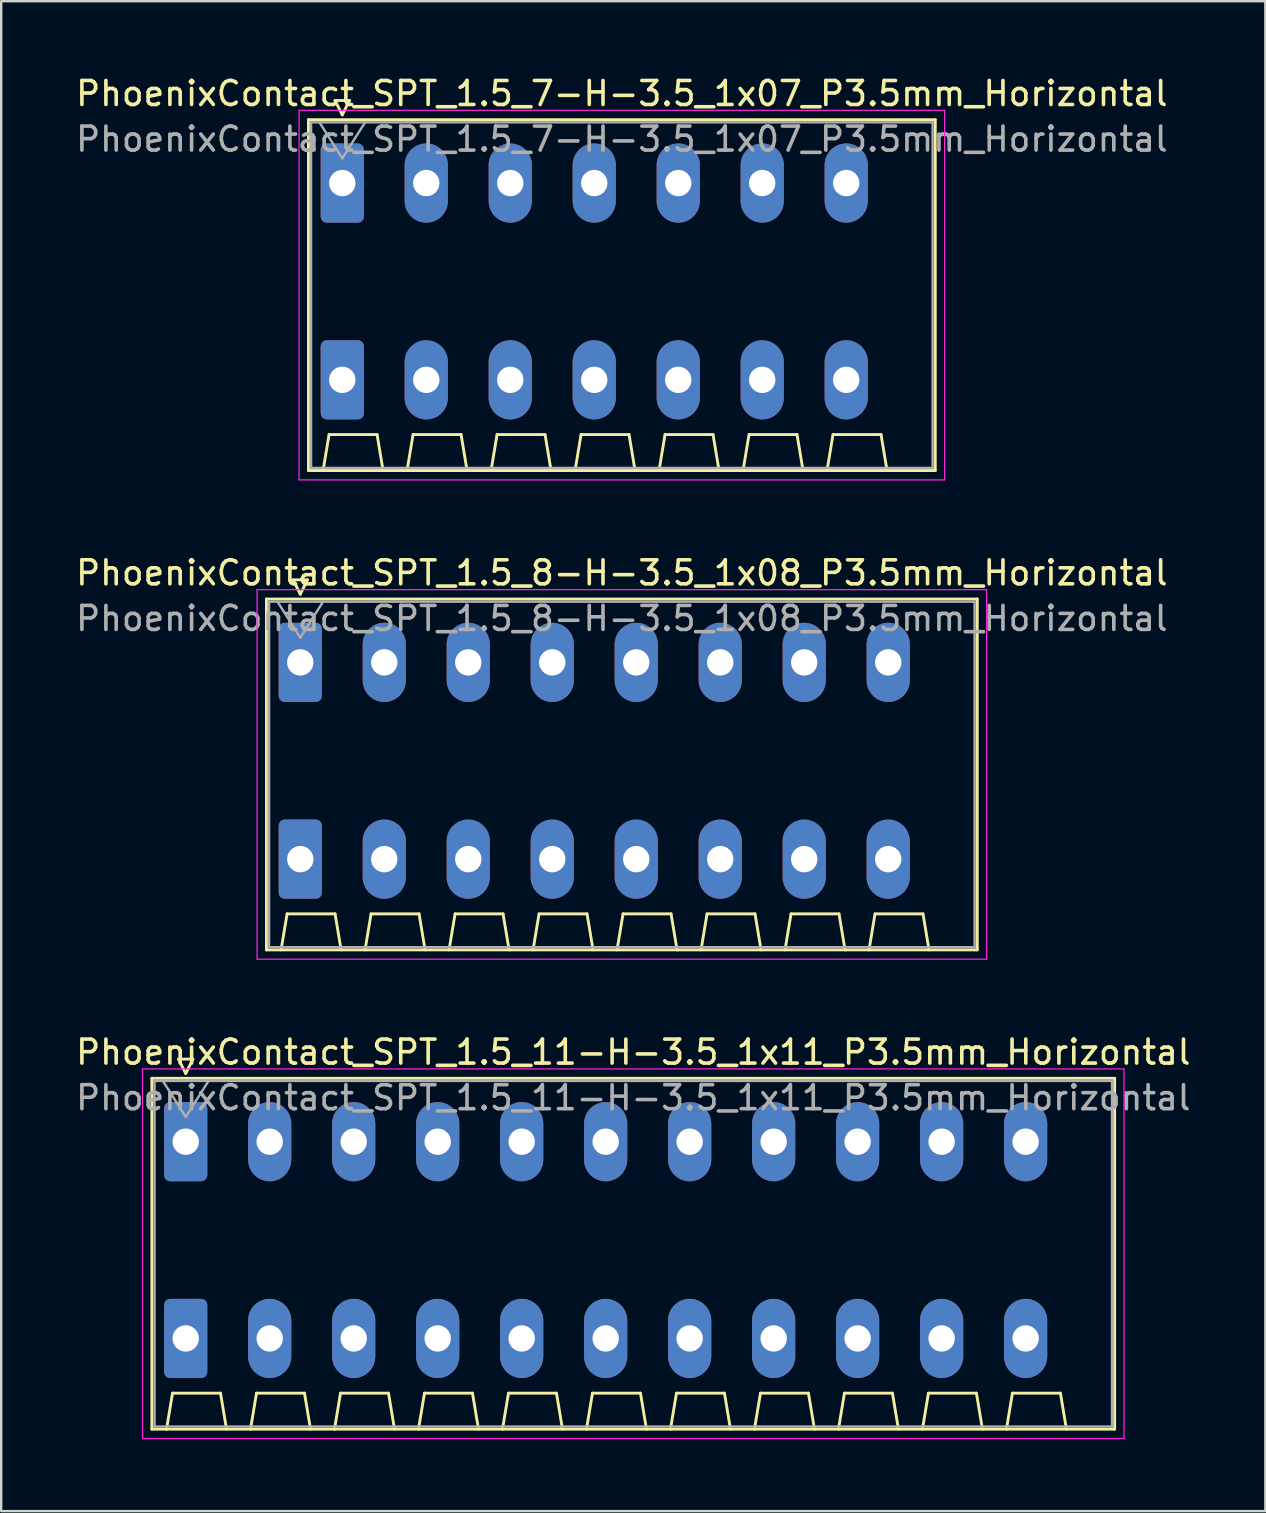
<source format=kicad_pcb>
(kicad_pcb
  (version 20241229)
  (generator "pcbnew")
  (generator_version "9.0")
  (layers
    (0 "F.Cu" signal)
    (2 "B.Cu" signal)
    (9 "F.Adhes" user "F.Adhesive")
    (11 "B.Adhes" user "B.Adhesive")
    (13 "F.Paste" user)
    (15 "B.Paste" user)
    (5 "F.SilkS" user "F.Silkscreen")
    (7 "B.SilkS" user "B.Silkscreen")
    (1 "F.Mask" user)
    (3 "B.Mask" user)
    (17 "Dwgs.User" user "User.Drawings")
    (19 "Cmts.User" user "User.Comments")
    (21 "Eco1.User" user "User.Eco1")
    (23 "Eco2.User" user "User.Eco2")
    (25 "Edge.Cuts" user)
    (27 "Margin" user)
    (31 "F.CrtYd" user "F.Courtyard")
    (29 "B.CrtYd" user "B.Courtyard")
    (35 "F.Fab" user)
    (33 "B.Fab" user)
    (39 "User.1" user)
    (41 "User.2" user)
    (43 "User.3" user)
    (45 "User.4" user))
  (footprint "PhoenixContact_SPT_1.5_11-H-3.5_1x11_P3.5mm_Horizontal"
    (layer "F.Cu")
    (at 4.689 44.525)
    (property "Reference" "PhoenixContact_SPT_1.5_11-H-3.5_1x11_P3.5mm_Horizontal" (at 18.65 -3.73 0) (layer "F.SilkS") (effects (font (size 1 1) (thickness 0.15))))
    (attr through_hole)
    (fp_line (start -1.41 -2.64) (end 38.71 -2.64) (stroke (width 0.12) (type solid)) (layer "F.SilkS"))
    (fp_line (start -1.41 11.98) (end -1.41 -2.64) (stroke (width 0.12) (type solid)) (layer "F.SilkS"))
    (fp_line (start -0.8 11.98) (end -0.55 10.48) (stroke (width 0.12) (type solid)) (layer "F.SilkS"))
    (fp_line (start -0.55 10.48) (end 1.45 10.48) (stroke (width 0.12) (type solid)) (layer "F.SilkS"))
    (fp_line (start -0.3 -3.44) (end 0 -2.84) (stroke (width 0.12) (type solid)) (layer "F.SilkS"))
    (fp_line (start -0.3 -3.44) (end 0.3 -3.44) (stroke (width 0.12) (type solid)) (layer "F.SilkS"))
    (fp_line (start 0.3 -3.44) (end 0 -2.84) (stroke (width 0.12) (type solid)) (layer "F.SilkS"))
    (fp_line (start 1.7 11.98) (end 1.45 10.48) (stroke (width 0.12) (type solid)) (layer "F.SilkS"))
    (fp_line (start 2.7 11.98) (end 2.95 10.48) (stroke (width 0.12) (type solid)) (layer "F.SilkS"))
    (fp_line (start 2.95 10.48) (end 4.95 10.48) (stroke (width 0.12) (type solid)) (layer "F.SilkS"))
    (fp_line (start 5.2 11.98) (end 4.95 10.48) (stroke (width 0.12) (type solid)) (layer "F.SilkS"))
    (fp_line (start 6.2 11.98) (end 6.45 10.48) (stroke (width 0.12) (type solid)) (layer "F.SilkS"))
    (fp_line (start 6.45 10.48) (end 8.45 10.48) (stroke (width 0.12) (type solid)) (layer "F.SilkS"))
    (fp_line (start 8.7 11.98) (end 8.45 10.48) (stroke (width 0.12) (type solid)) (layer "F.SilkS"))
    (fp_line (start 9.7 11.98) (end 9.95 10.48) (stroke (width 0.12) (type solid)) (layer "F.SilkS"))
    (fp_line (start 9.95 10.48) (end 11.95 10.48) (stroke (width 0.12) (type solid)) (layer "F.SilkS"))
    (fp_line (start 12.2 11.98) (end 11.95 10.48) (stroke (width 0.12) (type solid)) (layer "F.SilkS"))
    (fp_line (start 13.2 11.98) (end 13.45 10.48) (stroke (width 0.12) (type solid)) (layer "F.SilkS"))
    (fp_line (start 13.45 10.48) (end 15.45 10.48) (stroke (width 0.12) (type solid)) (layer "F.SilkS"))
    (fp_line (start 15.7 11.98) (end 15.45 10.48) (stroke (width 0.12) (type solid)) (layer "F.SilkS"))
    (fp_line (start 16.7 11.98) (end 16.95 10.48) (stroke (width 0.12) (type solid)) (layer "F.SilkS"))
    (fp_line (start 16.95 10.48) (end 18.95 10.48) (stroke (width 0.12) (type solid)) (layer "F.SilkS"))
    (fp_line (start 19.2 11.98) (end 18.95 10.48) (stroke (width 0.12) (type solid)) (layer "F.SilkS"))
    (fp_line (start 20.2 11.98) (end 20.45 10.48) (stroke (width 0.12) (type solid)) (layer "F.SilkS"))
    (fp_line (start 20.45 10.48) (end 22.45 10.48) (stroke (width 0.12) (type solid)) (layer "F.SilkS"))
    (fp_line (start 22.7 11.98) (end 22.45 10.48) (stroke (width 0.12) (type solid)) (layer "F.SilkS"))
    (fp_line (start 23.7 11.98) (end 23.95 10.48) (stroke (width 0.12) (type solid)) (layer "F.SilkS"))
    (fp_line (start 23.95 10.48) (end 25.95 10.48) (stroke (width 0.12) (type solid)) (layer "F.SilkS"))
    (fp_line (start 26.2 11.98) (end 25.95 10.48) (stroke (width 0.12) (type solid)) (layer "F.SilkS"))
    (fp_line (start 27.2 11.98) (end 27.45 10.48) (stroke (width 0.12) (type solid)) (layer "F.SilkS"))
    (fp_line (start 27.45 10.48) (end 29.45 10.48) (stroke (width 0.12) (type solid)) (layer "F.SilkS"))
    (fp_line (start 29.7 11.98) (end 29.45 10.48) (stroke (width 0.12) (type solid)) (layer "F.SilkS"))
    (fp_line (start 30.7 11.98) (end 30.95 10.48) (stroke (width 0.12) (type solid)) (layer "F.SilkS"))
    (fp_line (start 30.95 10.48) (end 32.95 10.48) (stroke (width 0.12) (type solid)) (layer "F.SilkS"))
    (fp_line (start 33.2 11.98) (end 32.95 10.48) (stroke (width 0.12) (type solid)) (layer "F.SilkS"))
    (fp_line (start 34.2 11.98) (end 34.45 10.48) (stroke (width 0.12) (type solid)) (layer "F.SilkS"))
    (fp_line (start 34.45 10.48) (end 36.45 10.48) (stroke (width 0.12) (type solid)) (layer "F.SilkS"))
    (fp_line (start 36.7 11.98) (end 36.45 10.48) (stroke (width 0.12) (type solid)) (layer "F.SilkS"))
    (fp_line (start 38.71 -2.64) (end 38.71 11.98) (stroke (width 0.12) (type solid)) (layer "F.SilkS"))
    (fp_line (start 38.71 11.98) (end -1.41 11.98) (stroke (width 0.12) (type solid)) (layer "F.SilkS"))
    (fp_line (start -1.8 -3.03) (end -1.8 12.37) (stroke (width 0.05) (type solid)) (layer "F.CrtYd"))
    (fp_line (start -1.8 12.37) (end 39.1 12.37) (stroke (width 0.05) (type solid)) (layer "F.CrtYd"))
    (fp_line (start 39.1 -3.03) (end -1.8 -3.03) (stroke (width 0.05) (type solid)) (layer "F.CrtYd"))
    (fp_line (start 39.1 12.37) (end 39.1 -3.03) (stroke (width 0.05) (type solid)) (layer "F.CrtYd"))
    (fp_line (start -1.3 -2.53) (end -1.3 11.87) (stroke (width 0.1) (type solid)) (layer "F.Fab"))
    (fp_line (start -1.3 11.87) (end 38.6 11.87) (stroke (width 0.1) (type solid)) (layer "F.Fab"))
    (fp_line (start -0.95 -2.53) (end 0 -1.03) (stroke (width 0.1) (type solid)) (layer "F.Fab"))
    (fp_line (start 0.95 -2.53) (end 0 -1.03) (stroke (width 0.1) (type solid)) (layer "F.Fab"))
    (fp_line (start 38.6 -2.53) (end -1.3 -2.53) (stroke (width 0.1) (type solid)) (layer "F.Fab"))
    (fp_line (start 38.6 11.87) (end 38.6 -2.53) (stroke (width 0.1) (type solid)) (layer "F.Fab"))
    (fp_text user "${REFERENCE}" (at 18.65 -1.83 0) (layer "F.Fab") (effects (font (size 1 1) (thickness 0.15))))
    (pad "1" thru_hole roundrect (at 0 0) (size 1.8 3.3) (drill 1.1) (layers "*.Cu" "*.Mask") (roundrect_rratio 0.139))
    (pad "1" thru_hole roundrect (at 0 8.2) (size 1.8 3.3) (drill 1.1) (layers "*.Cu" "*.Mask") (roundrect_rratio 0.139))
    (pad "2" thru_hole oval (at 3.5 0) (size 1.8 3.3) (drill 1.1) (layers "*.Cu" "*.Mask"))
    (pad "2" thru_hole oval (at 3.5 8.2) (size 1.8 3.3) (drill 1.1) (layers "*.Cu" "*.Mask"))
    (pad "3" thru_hole oval (at 7 0) (size 1.8 3.3) (drill 1.1) (layers "*.Cu" "*.Mask"))
    (pad "3" thru_hole oval (at 7 8.2) (size 1.8 3.3) (drill 1.1) (layers "*.Cu" "*.Mask"))
    (pad "4" thru_hole oval (at 10.5 0) (size 1.8 3.3) (drill 1.1) (layers "*.Cu" "*.Mask"))
    (pad "4" thru_hole oval (at 10.5 8.2) (size 1.8 3.3) (drill 1.1) (layers "*.Cu" "*.Mask"))
    (pad "5" thru_hole oval (at 14 0) (size 1.8 3.3) (drill 1.1) (layers "*.Cu" "*.Mask"))
    (pad "5" thru_hole oval (at 14 8.2) (size 1.8 3.3) (drill 1.1) (layers "*.Cu" "*.Mask"))
    (pad "6" thru_hole oval (at 17.5 0) (size 1.8 3.3) (drill 1.1) (layers "*.Cu" "*.Mask"))
    (pad "6" thru_hole oval (at 17.5 8.2) (size 1.8 3.3) (drill 1.1) (layers "*.Cu" "*.Mask"))
    (pad "7" thru_hole oval (at 21 0) (size 1.8 3.3) (drill 1.1) (layers "*.Cu" "*.Mask"))
    (pad "7" thru_hole oval (at 21 8.2) (size 1.8 3.3) (drill 1.1) (layers "*.Cu" "*.Mask"))
    (pad "8" thru_hole oval (at 24.5 0) (size 1.8 3.3) (drill 1.1) (layers "*.Cu" "*.Mask"))
    (pad "8" thru_hole oval (at 24.5 8.2) (size 1.8 3.3) (drill 1.1) (layers "*.Cu" "*.Mask"))
    (pad "9" thru_hole oval (at 28 0) (size 1.8 3.3) (drill 1.1) (layers "*.Cu" "*.Mask"))
    (pad "9" thru_hole oval (at 28 8.2) (size 1.8 3.3) (drill 1.1) (layers "*.Cu" "*.Mask"))
    (pad "10" thru_hole oval (at 31.5 0) (size 1.8 3.3) (drill 1.1) (layers "*.Cu" "*.Mask"))
    (pad "10" thru_hole oval (at 31.5 8.2) (size 1.8 3.3) (drill 1.1) (layers "*.Cu" "*.Mask"))
    (pad "11" thru_hole oval (at 35 0) (size 1.8 3.3) (drill 1.1) (layers "*.Cu" "*.Mask"))
    (pad "11" thru_hole oval (at 35 8.2) (size 1.8 3.3) (drill 1.1) (layers "*.Cu" "*.Mask")))
  (footprint "PhoenixContact_SPT_1.5_7-H-3.5_1x07_P3.5mm_Horizontal"
    (layer "F.Cu")
    (at 11.213 4.578)
    (property "Reference" "PhoenixContact_SPT_1.5_7-H-3.5_1x07_P3.5mm_Horizontal" (at 11.65 -3.73 0) (layer "F.SilkS") (effects (font (size 1 1) (thickness 0.15))))
    (attr through_hole)
    (fp_line (start -1.41 -2.64) (end 24.71 -2.64) (stroke (width 0.12) (type solid)) (layer "F.SilkS"))
    (fp_line (start -1.41 11.98) (end -1.41 -2.64) (stroke (width 0.12) (type solid)) (layer "F.SilkS"))
    (fp_line (start -0.8 11.98) (end -0.55 10.48) (stroke (width 0.12) (type solid)) (layer "F.SilkS"))
    (fp_line (start -0.55 10.48) (end 1.45 10.48) (stroke (width 0.12) (type solid)) (layer "F.SilkS"))
    (fp_line (start -0.3 -3.44) (end 0 -2.84) (stroke (width 0.12) (type solid)) (layer "F.SilkS"))
    (fp_line (start -0.3 -3.44) (end 0.3 -3.44) (stroke (width 0.12) (type solid)) (layer "F.SilkS"))
    (fp_line (start 0.3 -3.44) (end 0 -2.84) (stroke (width 0.12) (type solid)) (layer "F.SilkS"))
    (fp_line (start 1.7 11.98) (end 1.45 10.48) (stroke (width 0.12) (type solid)) (layer "F.SilkS"))
    (fp_line (start 2.7 11.98) (end 2.95 10.48) (stroke (width 0.12) (type solid)) (layer "F.SilkS"))
    (fp_line (start 2.95 10.48) (end 4.95 10.48) (stroke (width 0.12) (type solid)) (layer "F.SilkS"))
    (fp_line (start 5.2 11.98) (end 4.95 10.48) (stroke (width 0.12) (type solid)) (layer "F.SilkS"))
    (fp_line (start 6.2 11.98) (end 6.45 10.48) (stroke (width 0.12) (type solid)) (layer "F.SilkS"))
    (fp_line (start 6.45 10.48) (end 8.45 10.48) (stroke (width 0.12) (type solid)) (layer "F.SilkS"))
    (fp_line (start 8.7 11.98) (end 8.45 10.48) (stroke (width 0.12) (type solid)) (layer "F.SilkS"))
    (fp_line (start 9.7 11.98) (end 9.95 10.48) (stroke (width 0.12) (type solid)) (layer "F.SilkS"))
    (fp_line (start 9.95 10.48) (end 11.95 10.48) (stroke (width 0.12) (type solid)) (layer "F.SilkS"))
    (fp_line (start 12.2 11.98) (end 11.95 10.48) (stroke (width 0.12) (type solid)) (layer "F.SilkS"))
    (fp_line (start 13.2 11.98) (end 13.45 10.48) (stroke (width 0.12) (type solid)) (layer "F.SilkS"))
    (fp_line (start 13.45 10.48) (end 15.45 10.48) (stroke (width 0.12) (type solid)) (layer "F.SilkS"))
    (fp_line (start 15.7 11.98) (end 15.45 10.48) (stroke (width 0.12) (type solid)) (layer "F.SilkS"))
    (fp_line (start 16.7 11.98) (end 16.95 10.48) (stroke (width 0.12) (type solid)) (layer "F.SilkS"))
    (fp_line (start 16.95 10.48) (end 18.95 10.48) (stroke (width 0.12) (type solid)) (layer "F.SilkS"))
    (fp_line (start 19.2 11.98) (end 18.95 10.48) (stroke (width 0.12) (type solid)) (layer "F.SilkS"))
    (fp_line (start 20.2 11.98) (end 20.45 10.48) (stroke (width 0.12) (type solid)) (layer "F.SilkS"))
    (fp_line (start 20.45 10.48) (end 22.45 10.48) (stroke (width 0.12) (type solid)) (layer "F.SilkS"))
    (fp_line (start 22.7 11.98) (end 22.45 10.48) (stroke (width 0.12) (type solid)) (layer "F.SilkS"))
    (fp_line (start 24.71 -2.64) (end 24.71 11.98) (stroke (width 0.12) (type solid)) (layer "F.SilkS"))
    (fp_line (start 24.71 11.98) (end -1.41 11.98) (stroke (width 0.12) (type solid)) (layer "F.SilkS"))
    (fp_line (start -1.8 -3.03) (end -1.8 12.37) (stroke (width 0.05) (type solid)) (layer "F.CrtYd"))
    (fp_line (start -1.8 12.37) (end 25.1 12.37) (stroke (width 0.05) (type solid)) (layer "F.CrtYd"))
    (fp_line (start 25.1 -3.03) (end -1.8 -3.03) (stroke (width 0.05) (type solid)) (layer "F.CrtYd"))
    (fp_line (start 25.1 12.37) (end 25.1 -3.03) (stroke (width 0.05) (type solid)) (layer "F.CrtYd"))
    (fp_line (start -1.3 -2.53) (end -1.3 11.87) (stroke (width 0.1) (type solid)) (layer "F.Fab"))
    (fp_line (start -1.3 11.87) (end 24.6 11.87) (stroke (width 0.1) (type solid)) (layer "F.Fab"))
    (fp_line (start -0.95 -2.53) (end 0 -1.03) (stroke (width 0.1) (type solid)) (layer "F.Fab"))
    (fp_line (start 0.95 -2.53) (end 0 -1.03) (stroke (width 0.1) (type solid)) (layer "F.Fab"))
    (fp_line (start 24.6 -2.53) (end -1.3 -2.53) (stroke (width 0.1) (type solid)) (layer "F.Fab"))
    (fp_line (start 24.6 11.87) (end 24.6 -2.53) (stroke (width 0.1) (type solid)) (layer "F.Fab"))
    (fp_text user "${REFERENCE}" (at 11.65 -1.83 0) (layer "F.Fab") (effects (font (size 1 1) (thickness 0.15))))
    (pad "1" thru_hole roundrect (at 0 0) (size 1.8 3.3) (drill 1.1) (layers "*.Cu" "*.Mask") (roundrect_rratio 0.139))
    (pad "1" thru_hole roundrect (at 0 8.2) (size 1.8 3.3) (drill 1.1) (layers "*.Cu" "*.Mask") (roundrect_rratio 0.139))
    (pad "2" thru_hole oval (at 3.5 0) (size 1.8 3.3) (drill 1.1) (layers "*.Cu" "*.Mask"))
    (pad "2" thru_hole oval (at 3.5 8.2) (size 1.8 3.3) (drill 1.1) (layers "*.Cu" "*.Mask"))
    (pad "3" thru_hole oval (at 7 0) (size 1.8 3.3) (drill 1.1) (layers "*.Cu" "*.Mask"))
    (pad "3" thru_hole oval (at 7 8.2) (size 1.8 3.3) (drill 1.1) (layers "*.Cu" "*.Mask"))
    (pad "4" thru_hole oval (at 10.5 0) (size 1.8 3.3) (drill 1.1) (layers "*.Cu" "*.Mask"))
    (pad "4" thru_hole oval (at 10.5 8.2) (size 1.8 3.3) (drill 1.1) (layers "*.Cu" "*.Mask"))
    (pad "5" thru_hole oval (at 14 0) (size 1.8 3.3) (drill 1.1) (layers "*.Cu" "*.Mask"))
    (pad "5" thru_hole oval (at 14 8.2) (size 1.8 3.3) (drill 1.1) (layers "*.Cu" "*.Mask"))
    (pad "6" thru_hole oval (at 17.5 0) (size 1.8 3.3) (drill 1.1) (layers "*.Cu" "*.Mask"))
    (pad "6" thru_hole oval (at 17.5 8.2) (size 1.8 3.3) (drill 1.1) (layers "*.Cu" "*.Mask"))
    (pad "7" thru_hole oval (at 21 0) (size 1.8 3.3) (drill 1.1) (layers "*.Cu" "*.Mask"))
    (pad "7" thru_hole oval (at 21 8.2) (size 1.8 3.3) (drill 1.1) (layers "*.Cu" "*.Mask")))
  (footprint "PhoenixContact_SPT_1.5_8-H-3.5_1x08_P3.5mm_Horizontal"
    (layer "F.Cu")
    (at 9.463 24.552)
    (property "Reference" "PhoenixContact_SPT_1.5_8-H-3.5_1x08_P3.5mm_Horizontal" (at 13.4 -3.73 0) (layer "F.SilkS") (effects (font (size 1 1) (thickness 0.15))))
    (attr through_hole)
    (fp_line (start -1.41 -2.64) (end 28.21 -2.64) (stroke (width 0.12) (type solid)) (layer "F.SilkS"))
    (fp_line (start -1.41 11.98) (end -1.41 -2.64) (stroke (width 0.12) (type solid)) (layer "F.SilkS"))
    (fp_line (start -0.8 11.98) (end -0.55 10.48) (stroke (width 0.12) (type solid)) (layer "F.SilkS"))
    (fp_line (start -0.55 10.48) (end 1.45 10.48) (stroke (width 0.12) (type solid)) (layer "F.SilkS"))
    (fp_line (start -0.3 -3.44) (end 0 -2.84) (stroke (width 0.12) (type solid)) (layer "F.SilkS"))
    (fp_line (start -0.3 -3.44) (end 0.3 -3.44) (stroke (width 0.12) (type solid)) (layer "F.SilkS"))
    (fp_line (start 0.3 -3.44) (end 0 -2.84) (stroke (width 0.12) (type solid)) (layer "F.SilkS"))
    (fp_line (start 1.7 11.98) (end 1.45 10.48) (stroke (width 0.12) (type solid)) (layer "F.SilkS"))
    (fp_line (start 2.7 11.98) (end 2.95 10.48) (stroke (width 0.12) (type solid)) (layer "F.SilkS"))
    (fp_line (start 2.95 10.48) (end 4.95 10.48) (stroke (width 0.12) (type solid)) (layer "F.SilkS"))
    (fp_line (start 5.2 11.98) (end 4.95 10.48) (stroke (width 0.12) (type solid)) (layer "F.SilkS"))
    (fp_line (start 6.2 11.98) (end 6.45 10.48) (stroke (width 0.12) (type solid)) (layer "F.SilkS"))
    (fp_line (start 6.45 10.48) (end 8.45 10.48) (stroke (width 0.12) (type solid)) (layer "F.SilkS"))
    (fp_line (start 8.7 11.98) (end 8.45 10.48) (stroke (width 0.12) (type solid)) (layer "F.SilkS"))
    (fp_line (start 9.7 11.98) (end 9.95 10.48) (stroke (width 0.12) (type solid)) (layer "F.SilkS"))
    (fp_line (start 9.95 10.48) (end 11.95 10.48) (stroke (width 0.12) (type solid)) (layer "F.SilkS"))
    (fp_line (start 12.2 11.98) (end 11.95 10.48) (stroke (width 0.12) (type solid)) (layer "F.SilkS"))
    (fp_line (start 13.2 11.98) (end 13.45 10.48) (stroke (width 0.12) (type solid)) (layer "F.SilkS"))
    (fp_line (start 13.45 10.48) (end 15.45 10.48) (stroke (width 0.12) (type solid)) (layer "F.SilkS"))
    (fp_line (start 15.7 11.98) (end 15.45 10.48) (stroke (width 0.12) (type solid)) (layer "F.SilkS"))
    (fp_line (start 16.7 11.98) (end 16.95 10.48) (stroke (width 0.12) (type solid)) (layer "F.SilkS"))
    (fp_line (start 16.95 10.48) (end 18.95 10.48) (stroke (width 0.12) (type solid)) (layer "F.SilkS"))
    (fp_line (start 19.2 11.98) (end 18.95 10.48) (stroke (width 0.12) (type solid)) (layer "F.SilkS"))
    (fp_line (start 20.2 11.98) (end 20.45 10.48) (stroke (width 0.12) (type solid)) (layer "F.SilkS"))
    (fp_line (start 20.45 10.48) (end 22.45 10.48) (stroke (width 0.12) (type solid)) (layer "F.SilkS"))
    (fp_line (start 22.7 11.98) (end 22.45 10.48) (stroke (width 0.12) (type solid)) (layer "F.SilkS"))
    (fp_line (start 23.7 11.98) (end 23.95 10.48) (stroke (width 0.12) (type solid)) (layer "F.SilkS"))
    (fp_line (start 23.95 10.48) (end 25.95 10.48) (stroke (width 0.12) (type solid)) (layer "F.SilkS"))
    (fp_line (start 26.2 11.98) (end 25.95 10.48) (stroke (width 0.12) (type solid)) (layer "F.SilkS"))
    (fp_line (start 28.21 -2.64) (end 28.21 11.98) (stroke (width 0.12) (type solid)) (layer "F.SilkS"))
    (fp_line (start 28.21 11.98) (end -1.41 11.98) (stroke (width 0.12) (type solid)) (layer "F.SilkS"))
    (fp_line (start -1.8 -3.03) (end -1.8 12.37) (stroke (width 0.05) (type solid)) (layer "F.CrtYd"))
    (fp_line (start -1.8 12.37) (end 28.6 12.37) (stroke (width 0.05) (type solid)) (layer "F.CrtYd"))
    (fp_line (start 28.6 -3.03) (end -1.8 -3.03) (stroke (width 0.05) (type solid)) (layer "F.CrtYd"))
    (fp_line (start 28.6 12.37) (end 28.6 -3.03) (stroke (width 0.05) (type solid)) (layer "F.CrtYd"))
    (fp_line (start -1.3 -2.53) (end -1.3 11.87) (stroke (width 0.1) (type solid)) (layer "F.Fab"))
    (fp_line (start -1.3 11.87) (end 28.1 11.87) (stroke (width 0.1) (type solid)) (layer "F.Fab"))
    (fp_line (start -0.95 -2.53) (end 0 -1.03) (stroke (width 0.1) (type solid)) (layer "F.Fab"))
    (fp_line (start 0.95 -2.53) (end 0 -1.03) (stroke (width 0.1) (type solid)) (layer "F.Fab"))
    (fp_line (start 28.1 -2.53) (end -1.3 -2.53) (stroke (width 0.1) (type solid)) (layer "F.Fab"))
    (fp_line (start 28.1 11.87) (end 28.1 -2.53) (stroke (width 0.1) (type solid)) (layer "F.Fab"))
    (fp_text user "${REFERENCE}" (at 13.4 -1.83 0) (layer "F.Fab") (effects (font (size 1 1) (thickness 0.15))))
    (pad "1" thru_hole roundrect (at 0 0) (size 1.8 3.3) (drill 1.1) (layers "*.Cu" "*.Mask") (roundrect_rratio 0.139))
    (pad "1" thru_hole roundrect (at 0 8.2) (size 1.8 3.3) (drill 1.1) (layers "*.Cu" "*.Mask") (roundrect_rratio 0.139))
    (pad "2" thru_hole oval (at 3.5 0) (size 1.8 3.3) (drill 1.1) (layers "*.Cu" "*.Mask"))
    (pad "2" thru_hole oval (at 3.5 8.2) (size 1.8 3.3) (drill 1.1) (layers "*.Cu" "*.Mask"))
    (pad "3" thru_hole oval (at 7 0) (size 1.8 3.3) (drill 1.1) (layers "*.Cu" "*.Mask"))
    (pad "3" thru_hole oval (at 7 8.2) (size 1.8 3.3) (drill 1.1) (layers "*.Cu" "*.Mask"))
    (pad "4" thru_hole oval (at 10.5 0) (size 1.8 3.3) (drill 1.1) (layers "*.Cu" "*.Mask"))
    (pad "4" thru_hole oval (at 10.5 8.2) (size 1.8 3.3) (drill 1.1) (layers "*.Cu" "*.Mask"))
    (pad "5" thru_hole oval (at 14 0) (size 1.8 3.3) (drill 1.1) (layers "*.Cu" "*.Mask"))
    (pad "5" thru_hole oval (at 14 8.2) (size 1.8 3.3) (drill 1.1) (layers "*.Cu" "*.Mask"))
    (pad "6" thru_hole oval (at 17.5 0) (size 1.8 3.3) (drill 1.1) (layers "*.Cu" "*.Mask"))
    (pad "6" thru_hole oval (at 17.5 8.2) (size 1.8 3.3) (drill 1.1) (layers "*.Cu" "*.Mask"))
    (pad "7" thru_hole oval (at 21 0) (size 1.8 3.3) (drill 1.1) (layers "*.Cu" "*.Mask"))
    (pad "7" thru_hole oval (at 21 8.2) (size 1.8 3.3) (drill 1.1) (layers "*.Cu" "*.Mask"))
    (pad "8" thru_hole oval (at 24.5 0) (size 1.8 3.3) (drill 1.1) (layers "*.Cu" "*.Mask"))
    (pad "8" thru_hole oval (at 24.5 8.2) (size 1.8 3.3) (drill 1.1) (layers "*.Cu" "*.Mask")))
  (gr_rect
    (start -3 -3)
    (end 49.679 59.92)
    (stroke (width 0.1) (type default))
    (fill no)
    (layer "Edge.Cuts")))
</source>
